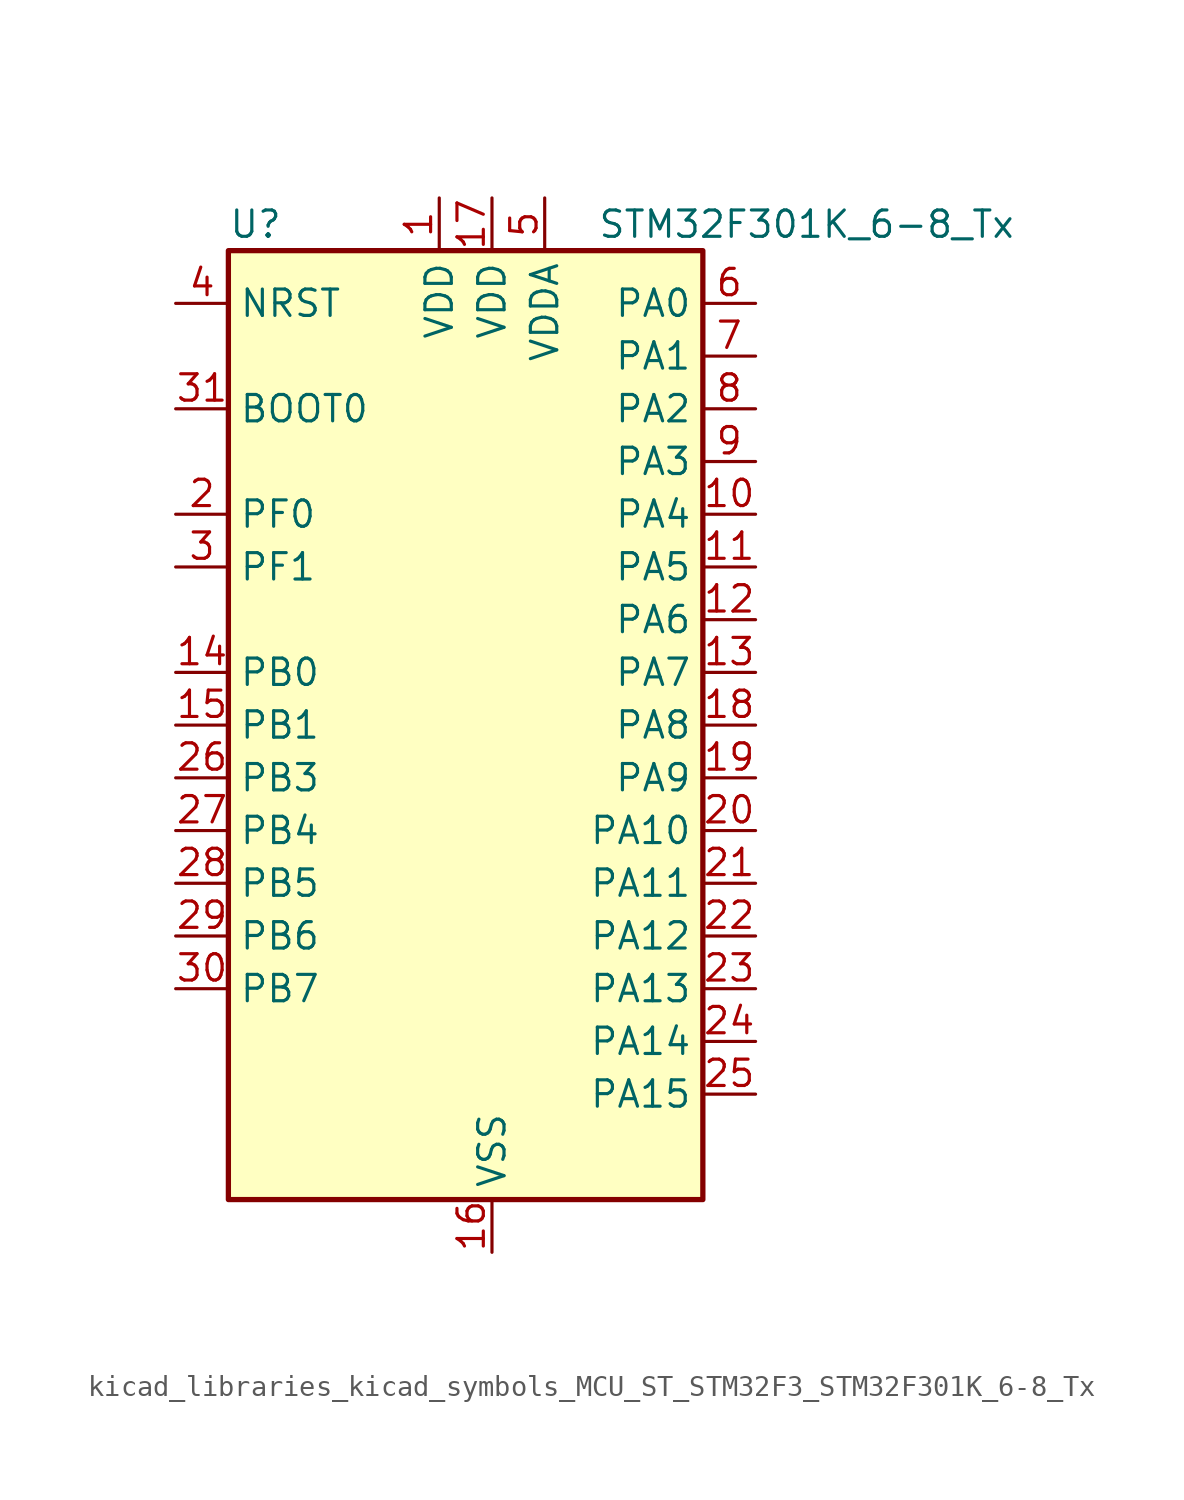
<source format=kicad_sym>
(kicad_symbol_lib
  (version 20220914)
  (generator kicad_symbol_editor)
  (symbol "kicad_libraries_kicad_symbols_MCU_ST_STM32F3_STM32F301K_6-8_Tx"
    (property "Reference" "U"
      (at -10.16 24.13 0)
      (effects (font (size 1.27 1.27)) (justify left)))
    (property "Value" "STM32F301K_6-8_Tx"
      (at 7.62 24.13 0)
      (effects (font (size 1.27 1.27)) (justify left)))
    (property "ki_locked" ""
      (at 0 0 0)
      (effects (font (size 1.27 1.27))))
    (symbol "kicad_libraries_kicad_symbols_MCU_ST_STM32F3_STM32F301K_6-8_Tx_0_1"
      (rectangle (start -10.16 -22.86) (end 12.7 22.86) (stroke (width 0.254) (type default)) (fill (type background))))
    (symbol "kicad_libraries_kicad_symbols_MCU_ST_STM32F3_STM32F301K_6-8_Tx_1_1"
      (pin power_in line (at 0 25.4 270) (length 2.54) (name "VDD" (effects (font (size 1.27 1.27)))) (number "1" (effects (font (size 1.27 1.27)))))
      (pin bidirectional line (at 15.24 10.16 180) (length 2.54) (name "PA4" (effects (font (size 1.27 1.27)))) (number "10" (effects (font (size 1.27 1.27)))) (alternate "ADC1_IN5" bidirectional line) (alternate "COMP2_INM" bidirectional line) (alternate "COMP4_INM" bidirectional line) (alternate "DAC_OUT1" bidirectional line) (alternate "I2S3_WS" bidirectional line) (alternate "SPI3_NSS" bidirectional line) (alternate "TSC_G2_IO1" bidirectional line) (alternate "USART2_CK" bidirectional line))
      (pin bidirectional line (at 15.24 7.62 180) (length 2.54) (name "PA5" (effects (font (size 1.27 1.27)))) (number "11" (effects (font (size 1.27 1.27)))) (alternate "OPAMP2_VINM" bidirectional line) (alternate "OPAMP2_VINM_SEC" bidirectional line) (alternate "TIM2_CH1" bidirectional line) (alternate "TIM2_ETR" bidirectional line) (alternate "TSC_G2_IO2" bidirectional line))
      (pin bidirectional line (at 15.24 5.08 180) (length 2.54) (name "PA6" (effects (font (size 1.27 1.27)))) (number "12" (effects (font (size 1.27 1.27)))) (alternate "ADC1_IN10" bidirectional line) (alternate "OPAMP2_VOUT" bidirectional line) (alternate "TIM16_CH1" bidirectional line) (alternate "TIM1_BKIN" bidirectional line) (alternate "TSC_G2_IO3" bidirectional line))
      (pin bidirectional line (at 15.24 2.54 180) (length 2.54) (name "PA7" (effects (font (size 1.27 1.27)))) (number "13" (effects (font (size 1.27 1.27)))) (alternate "ADC1_IN15" bidirectional line) (alternate "COMP2_INP" bidirectional line) (alternate "OPAMP2_VINP" bidirectional line) (alternate "OPAMP2_VINP_SEC" bidirectional line) (alternate "TIM17_CH1" bidirectional line) (alternate "TIM1_CH1N" bidirectional line) (alternate "TSC_G2_IO4" bidirectional line))
      (pin bidirectional line (at -12.7 2.54 0) (length 2.54) (name "PB0" (effects (font (size 1.27 1.27)))) (number "14" (effects (font (size 1.27 1.27)))) (alternate "ADC1_IN11" bidirectional line) (alternate "COMP4_INP" bidirectional line) (alternate "OPAMP2_VINP" bidirectional line) (alternate "OPAMP2_VINP_SEC" bidirectional line) (alternate "TIM1_CH2N" bidirectional line) (alternate "TSC_G3_IO2" bidirectional line))
      (pin bidirectional line (at -12.7 0 0) (length 2.54) (name "PB1" (effects (font (size 1.27 1.27)))) (number "15" (effects (font (size 1.27 1.27)))) (alternate "ADC1_IN12" bidirectional line) (alternate "COMP4_OUT" bidirectional line) (alternate "TIM1_CH3N" bidirectional line) (alternate "TSC_G3_IO3" bidirectional line))
      (pin power_in line (at 2.54 -25.4 90) (length 2.54) (name "VSS" (effects (font (size 1.27 1.27)))) (number "16" (effects (font (size 1.27 1.27)))))
      (pin power_in line (at 2.54 25.4 270) (length 2.54) (name "VDD" (effects (font (size 1.27 1.27)))) (number "17" (effects (font (size 1.27 1.27)))))
      (pin bidirectional line (at 15.24 0 180) (length 2.54) (name "PA8" (effects (font (size 1.27 1.27)))) (number "18" (effects (font (size 1.27 1.27)))) (alternate "I2C2_SMBA" bidirectional line) (alternate "I2C3_SCL" bidirectional line) (alternate "I2S2_MCK" bidirectional line) (alternate "RCC_MCO" bidirectional line) (alternate "TIM1_CH1" bidirectional line) (alternate "USART1_CK" bidirectional line))
      (pin bidirectional line (at 15.24 -2.54 180) (length 2.54) (name "PA9" (effects (font (size 1.27 1.27)))) (number "19" (effects (font (size 1.27 1.27)))) (alternate "DAC_EXTI9" bidirectional line) (alternate "I2C2_SCL" bidirectional line) (alternate "I2C3_SMBA" bidirectional line) (alternate "I2S3_MCK" bidirectional line) (alternate "TIM15_BKIN" bidirectional line) (alternate "TIM1_CH2" bidirectional line) (alternate "TIM2_CH3" bidirectional line) (alternate "TSC_G4_IO1" bidirectional line) (alternate "USART1_TX" bidirectional line))
      (pin bidirectional line (at -12.7 10.16 0) (length 2.54) (name "PF0" (effects (font (size 1.27 1.27)))) (number "2" (effects (font (size 1.27 1.27)))) (alternate "I2C2_SDA" bidirectional line) (alternate "I2S2_WS" bidirectional line) (alternate "RCC_OSC_IN" bidirectional line) (alternate "SPI2_NSS" bidirectional line) (alternate "TIM1_CH3N" bidirectional line))
      (pin bidirectional line (at 15.24 -5.08 180) (length 2.54) (name "PA10" (effects (font (size 1.27 1.27)))) (number "20" (effects (font (size 1.27 1.27)))) (alternate "I2C2_SDA" bidirectional line) (alternate "I2S2_ext_SD" bidirectional line) (alternate "SPI2_MISO" bidirectional line) (alternate "TIM17_BKIN" bidirectional line) (alternate "TIM1_CH3" bidirectional line) (alternate "TIM2_CH4" bidirectional line) (alternate "TSC_G4_IO2" bidirectional line) (alternate "USART1_RX" bidirectional line))
      (pin bidirectional line (at 15.24 -7.62 180) (length 2.54) (name "PA11" (effects (font (size 1.27 1.27)))) (number "21" (effects (font (size 1.27 1.27)))) (alternate "ADC1_EXTI11" bidirectional line) (alternate "I2S2_SD" bidirectional line) (alternate "SPI2_MOSI" bidirectional line) (alternate "TIM1_BKIN2" bidirectional line) (alternate "TIM1_CH1N" bidirectional line) (alternate "TIM1_CH4" bidirectional line) (alternate "USART1_CTS" bidirectional line))
      (pin bidirectional line (at 15.24 -10.16 180) (length 2.54) (name "PA12" (effects (font (size 1.27 1.27)))) (number "22" (effects (font (size 1.27 1.27)))) (alternate "COMP2_OUT" bidirectional line) (alternate "I2S_CKIN" bidirectional line) (alternate "TIM16_CH1" bidirectional line) (alternate "TIM1_CH2N" bidirectional line) (alternate "TIM1_ETR" bidirectional line) (alternate "USART1_DE" bidirectional line) (alternate "USART1_RTS" bidirectional line))
      (pin bidirectional line (at 15.24 -12.7 180) (length 2.54) (name "PA13" (effects (font (size 1.27 1.27)))) (number "23" (effects (font (size 1.27 1.27)))) (alternate "IR_OUT" bidirectional line) (alternate "SYS_JTMS-SWDIO" bidirectional line) (alternate "TIM16_CH1N" bidirectional line) (alternate "TSC_G4_IO3" bidirectional line))
      (pin bidirectional line (at 15.24 -15.24 180) (length 2.54) (name "PA14" (effects (font (size 1.27 1.27)))) (number "24" (effects (font (size 1.27 1.27)))) (alternate "I2C1_SDA" bidirectional line) (alternate "SYS_JTCK-SWCLK" bidirectional line) (alternate "TIM1_BKIN" bidirectional line) (alternate "TSC_G4_IO4" bidirectional line) (alternate "USART2_TX" bidirectional line))
      (pin bidirectional line (at 15.24 -17.78 180) (length 2.54) (name "PA15" (effects (font (size 1.27 1.27)))) (number "25" (effects (font (size 1.27 1.27)))) (alternate "ADC1_EXTI15" bidirectional line) (alternate "I2C1_SCL" bidirectional line) (alternate "I2S3_WS" bidirectional line) (alternate "SPI3_NSS" bidirectional line) (alternate "SYS_JTDI" bidirectional line) (alternate "TIM1_BKIN" bidirectional line) (alternate "TIM2_CH1" bidirectional line) (alternate "TIM2_ETR" bidirectional line) (alternate "TSC_SYNC" bidirectional line) (alternate "USART2_RX" bidirectional line))
      (pin bidirectional line (at -12.7 -2.54 0) (length 2.54) (name "PB3" (effects (font (size 1.27 1.27)))) (number "26" (effects (font (size 1.27 1.27)))) (alternate "I2S3_CK" bidirectional line) (alternate "SPI3_SCK" bidirectional line) (alternate "SYS_JTDO-TRACESWO" bidirectional line) (alternate "TIM2_CH2" bidirectional line) (alternate "TSC_G5_IO1" bidirectional line) (alternate "USART2_TX" bidirectional line))
      (pin bidirectional line (at -12.7 -5.08 0) (length 2.54) (name "PB4" (effects (font (size 1.27 1.27)))) (number "27" (effects (font (size 1.27 1.27)))) (alternate "I2S3_ext_SD" bidirectional line) (alternate "SPI3_MISO" bidirectional line) (alternate "SYS_NJTRST" bidirectional line) (alternate "TIM16_CH1" bidirectional line) (alternate "TIM17_BKIN" bidirectional line) (alternate "TSC_G5_IO2" bidirectional line) (alternate "USART2_RX" bidirectional line))
      (pin bidirectional line (at -12.7 -7.62 0) (length 2.54) (name "PB5" (effects (font (size 1.27 1.27)))) (number "28" (effects (font (size 1.27 1.27)))) (alternate "I2C1_SMBA" bidirectional line) (alternate "I2C3_SDA" bidirectional line) (alternate "I2S3_SD" bidirectional line) (alternate "SPI3_MOSI" bidirectional line) (alternate "TIM16_BKIN" bidirectional line) (alternate "TIM17_CH1" bidirectional line) (alternate "USART2_CK" bidirectional line))
      (pin bidirectional line (at -12.7 -10.16 0) (length 2.54) (name "PB6" (effects (font (size 1.27 1.27)))) (number "29" (effects (font (size 1.27 1.27)))) (alternate "I2C1_SCL" bidirectional line) (alternate "TIM16_CH1N" bidirectional line) (alternate "TSC_G5_IO3" bidirectional line) (alternate "USART1_TX" bidirectional line))
      (pin bidirectional line (at -12.7 7.62 0) (length 2.54) (name "PF1" (effects (font (size 1.27 1.27)))) (number "3" (effects (font (size 1.27 1.27)))) (alternate "I2C2_SCL" bidirectional line) (alternate "I2S2_CK" bidirectional line) (alternate "RCC_OSC_OUT" bidirectional line) (alternate "SPI2_SCK" bidirectional line))
      (pin bidirectional line (at -12.7 -12.7 0) (length 2.54) (name "PB7" (effects (font (size 1.27 1.27)))) (number "30" (effects (font (size 1.27 1.27)))) (alternate "I2C1_SDA" bidirectional line) (alternate "TIM17_CH1N" bidirectional line) (alternate "TSC_G5_IO4" bidirectional line) (alternate "USART1_RX" bidirectional line))
      (pin input line (at -12.7 15.24 0) (length 2.54) (name "BOOT0" (effects (font (size 1.27 1.27)))) (number "31" (effects (font (size 1.27 1.27)))))
      (pin passive line (at 2.54 -25.4 90) (length 2.54) hide (name "VSS" (effects (font (size 1.27 1.27)))) (number "32" (effects (font (size 1.27 1.27)))))
      (pin input line (at -12.7 20.32 0) (length 2.54) (name "NRST" (effects (font (size 1.27 1.27)))) (number "4" (effects (font (size 1.27 1.27)))))
      (pin power_in line (at 5.08 25.4 270) (length 2.54) (name "VDDA" (effects (font (size 1.27 1.27)))) (number "5" (effects (font (size 1.27 1.27)))))
      (pin bidirectional line (at 15.24 20.32 180) (length 2.54) (name "PA0" (effects (font (size 1.27 1.27)))) (number "6" (effects (font (size 1.27 1.27)))) (alternate "ADC1_IN1" bidirectional line) (alternate "RTC_TAMP2" bidirectional line) (alternate "SYS_WKUP1" bidirectional line) (alternate "TIM2_CH1" bidirectional line) (alternate "TIM2_ETR" bidirectional line) (alternate "TSC_G1_IO1" bidirectional line) (alternate "USART2_CTS" bidirectional line))
      (pin bidirectional line (at 15.24 17.78 180) (length 2.54) (name "PA1" (effects (font (size 1.27 1.27)))) (number "7" (effects (font (size 1.27 1.27)))) (alternate "ADC1_IN2" bidirectional line) (alternate "RTC_REFIN" bidirectional line) (alternate "TIM15_CH1N" bidirectional line) (alternate "TIM2_CH2" bidirectional line) (alternate "TSC_G1_IO2" bidirectional line) (alternate "USART2_DE" bidirectional line) (alternate "USART2_RTS" bidirectional line))
      (pin bidirectional line (at 15.24 15.24 180) (length 2.54) (name "PA2" (effects (font (size 1.27 1.27)))) (number "8" (effects (font (size 1.27 1.27)))) (alternate "ADC1_IN3" bidirectional line) (alternate "COMP2_INM" bidirectional line) (alternate "COMP2_OUT" bidirectional line) (alternate "TIM15_CH1" bidirectional line) (alternate "TIM2_CH3" bidirectional line) (alternate "TSC_G1_IO3" bidirectional line) (alternate "USART2_TX" bidirectional line))
      (pin bidirectional line (at 15.24 12.7 180) (length 2.54) (name "PA3" (effects (font (size 1.27 1.27)))) (number "9" (effects (font (size 1.27 1.27)))) (alternate "ADC1_IN4" bidirectional line) (alternate "TIM15_CH2" bidirectional line) (alternate "TIM2_CH4" bidirectional line) (alternate "TSC_G1_IO4" bidirectional line) (alternate "USART2_RX" bidirectional line)))))
</source>
